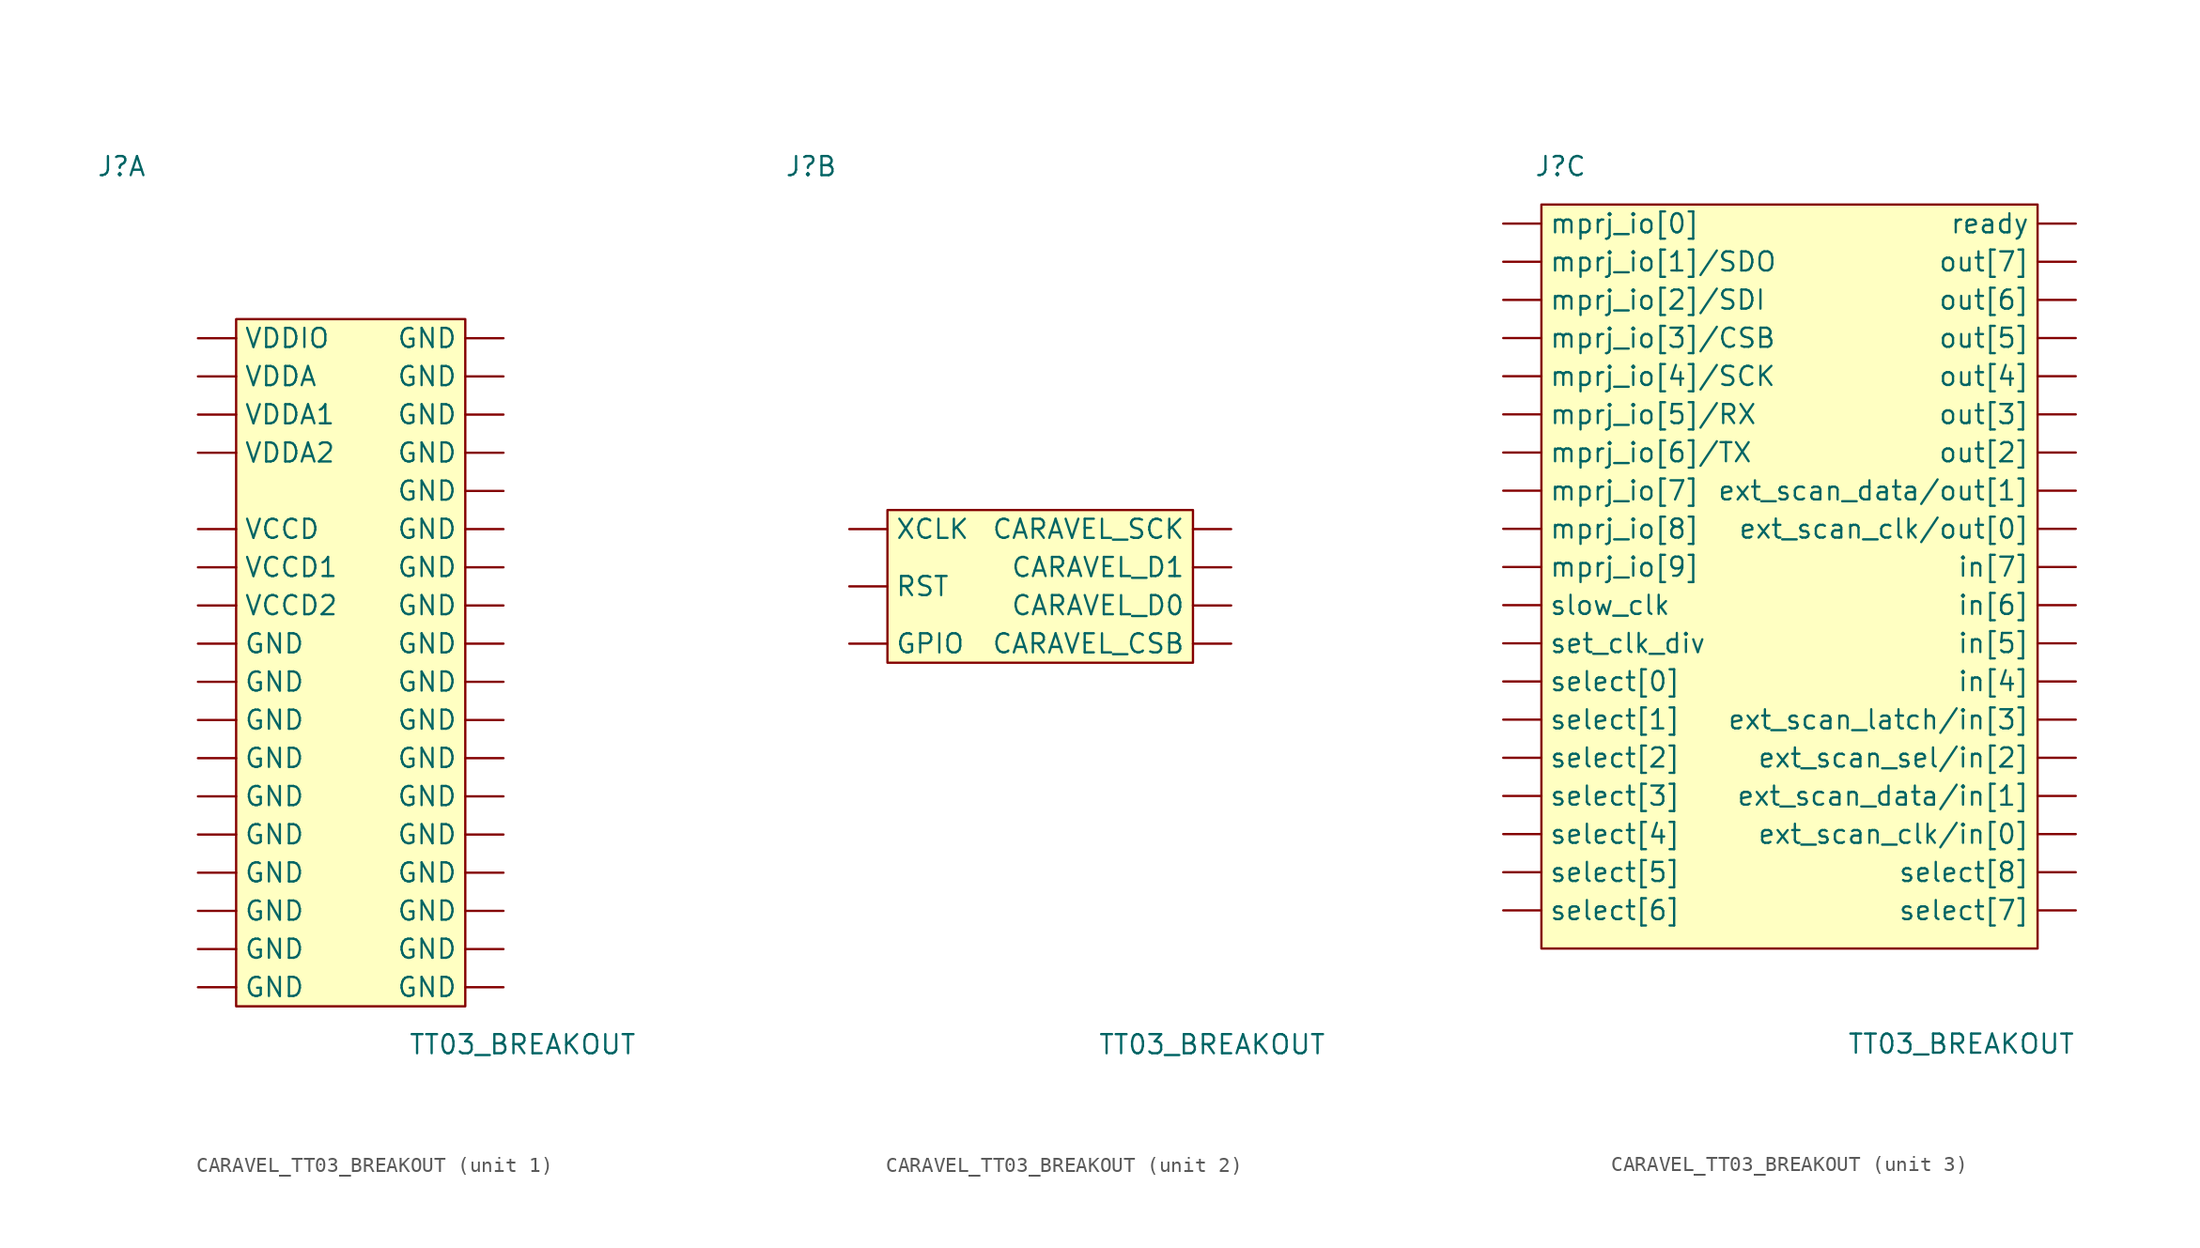
<source format=kicad_sym>
(kicad_symbol_lib
  (version 20231120)
  (generator "kicad_symbol_editor")
  (generator_version "8.0")
  (symbol "CARAVEL_TT03_BREAKOUT"
    (pin_numbers hide)
    (property "Reference" "J"
      (at -16.51 25.4 0)
      (effects (font (size 1.27 1.27))))
    (property "Value" "TT03_BREAKOUT"
      (at 10.16 -33.02 0)
      (effects (font (size 1.27 1.27))))
    (property "ki_locked" ""
      (at 0 0 0)
      (effects (font (size 1.27 1.27))))
    (symbol "CARAVEL_TT03_BREAKOUT_1_1"
      (rectangle (start -8.89 15.24) (end 6.35 -30.48) (stroke (width 0) (type default)) (fill (type background)))
      (pin power_in line (at 8.89 13.97 180) (length 2.54) (name "GND" (effects (font (size 1.27 1.27)))) (number "A1" (effects (font (size 1.27 1.27)))))
      (pin power_in line (at 8.89 1.27 180) (length 2.54) (name "GND" (effects (font (size 1.27 1.27)))) (number "A10" (effects (font (size 1.27 1.27)))))
      (pin power_in line (at 8.89 -1.27 180) (length 2.54) (name "GND" (effects (font (size 1.27 1.27)))) (number "A19" (effects (font (size 1.27 1.27)))))
      (pin power_in line (at -11.43 13.97 0) (length 2.54) (name "VDDIO" (effects (font (size 1.27 1.27)))) (number "A2" (effects (font (size 1.27 1.27)))))
      (pin power_in line (at 8.89 -3.81 180) (length 2.54) (name "GND" (effects (font (size 1.27 1.27)))) (number "A20" (effects (font (size 1.27 1.27)))))
      (pin power_in line (at 8.89 -6.35 180) (length 2.54) (name "GND" (effects (font (size 1.27 1.27)))) (number "A21" (effects (font (size 1.27 1.27)))))
      (pin power_in line (at 8.89 -8.89 180) (length 2.54) (name "GND" (effects (font (size 1.27 1.27)))) (number "A27" (effects (font (size 1.27 1.27)))))
      (pin power_in line (at 8.89 -11.43 180) (length 2.54) (name "GND" (effects (font (size 1.27 1.27)))) (number "A28" (effects (font (size 1.27 1.27)))))
      (pin power_in line (at 8.89 -13.97 180) (length 2.54) (name "GND" (effects (font (size 1.27 1.27)))) (number "A29" (effects (font (size 1.27 1.27)))))
      (pin power_in line (at 8.89 11.43 180) (length 2.54) (name "GND" (effects (font (size 1.27 1.27)))) (number "A3" (effects (font (size 1.27 1.27)))))
      (pin power_in line (at -11.43 11.43 0) (length 2.54) (name "VDDA" (effects (font (size 1.27 1.27)))) (number "A30" (effects (font (size 1.27 1.27)))))
      (pin power_in line (at 8.89 -16.51 180) (length 2.54) (name "GND" (effects (font (size 1.27 1.27)))) (number "A31" (effects (font (size 1.27 1.27)))))
      (pin power_in line (at -11.43 6.35 0) (length 2.54) (name "VDDA2" (effects (font (size 1.27 1.27)))) (number "A32" (effects (font (size 1.27 1.27)))))
      (pin power_in line (at 8.89 -19.05 180) (length 2.54) (name "GND" (effects (font (size 1.27 1.27)))) (number "A33" (effects (font (size 1.27 1.27)))))
      (pin power_in line (at -11.43 1.27 0) (length 2.54) (name "VCCD" (effects (font (size 1.27 1.27)))) (number "A34" (effects (font (size 1.27 1.27)))))
      (pin power_in line (at 8.89 -21.59 180) (length 2.54) (name "GND" (effects (font (size 1.27 1.27)))) (number "A35" (effects (font (size 1.27 1.27)))))
      (pin power_in line (at 8.89 -24.13 180) (length 2.54) (name "GND" (effects (font (size 1.27 1.27)))) (number "A36" (effects (font (size 1.27 1.27)))))
      (pin power_in line (at 8.89 -26.67 180) (length 2.54) (name "GND" (effects (font (size 1.27 1.27)))) (number "A39" (effects (font (size 1.27 1.27)))))
      (pin power_in line (at -11.43 -3.81 0) (length 2.54) (name "VCCD2" (effects (font (size 1.27 1.27)))) (number "A4" (effects (font (size 1.27 1.27)))))
      (pin power_in line (at 8.89 -29.21 180) (length 2.54) (name "GND" (effects (font (size 1.27 1.27)))) (number "A40" (effects (font (size 1.27 1.27)))))
      (pin power_in line (at 8.89 8.89 180) (length 2.54) (name "GND" (effects (font (size 1.27 1.27)))) (number "A5" (effects (font (size 1.27 1.27)))))
      (pin power_in line (at -11.43 8.89 0) (length 2.54) (name "VDDA1" (effects (font (size 1.27 1.27)))) (number "A6" (effects (font (size 1.27 1.27)))))
      (pin power_in line (at 8.89 6.35 180) (length 2.54) (name "GND" (effects (font (size 1.27 1.27)))) (number "A7" (effects (font (size 1.27 1.27)))))
      (pin power_in line (at -11.43 -1.27 0) (length 2.54) (name "VCCD1" (effects (font (size 1.27 1.27)))) (number "A8" (effects (font (size 1.27 1.27)))))
      (pin power_in line (at 8.89 3.81 180) (length 2.54) (name "GND" (effects (font (size 1.27 1.27)))) (number "A9" (effects (font (size 1.27 1.27)))))
      (pin power_in line (at -11.43 -6.35 0) (length 2.54) (name "GND" (effects (font (size 1.27 1.27)))) (number "B1" (effects (font (size 1.27 1.27)))))
      (pin power_in line (at -11.43 -11.43 0) (length 2.54) (name "GND" (effects (font (size 1.27 1.27)))) (number "B11" (effects (font (size 1.27 1.27)))))
      (pin power_in line (at -11.43 -13.97 0) (length 2.54) (name "GND" (effects (font (size 1.27 1.27)))) (number "B12" (effects (font (size 1.27 1.27)))))
      (pin power_in line (at -11.43 -8.89 0) (length 2.54) (name "GND" (effects (font (size 1.27 1.27)))) (number "B2" (effects (font (size 1.27 1.27)))))
      (pin power_in line (at -11.43 -16.51 0) (length 2.54) (name "GND" (effects (font (size 1.27 1.27)))) (number "B21" (effects (font (size 1.27 1.27)))))
      (pin power_in line (at -11.43 -19.05 0) (length 2.54) (name "GND" (effects (font (size 1.27 1.27)))) (number "B22" (effects (font (size 1.27 1.27)))))
      (pin power_in line (at -11.43 -21.59 0) (length 2.54) (name "GND" (effects (font (size 1.27 1.27)))) (number "B31" (effects (font (size 1.27 1.27)))))
      (pin power_in line (at -11.43 -24.13 0) (length 2.54) (name "GND" (effects (font (size 1.27 1.27)))) (number "B32" (effects (font (size 1.27 1.27)))))
      (pin power_in line (at -11.43 -26.67 0) (length 2.54) (name "GND" (effects (font (size 1.27 1.27)))) (number "B39" (effects (font (size 1.27 1.27)))))
      (pin power_in line (at -11.43 -29.21 0) (length 2.54) (name "GND" (effects (font (size 1.27 1.27)))) (number "B40" (effects (font (size 1.27 1.27))))))
    (symbol "CARAVEL_TT03_BREAKOUT_2_1"
      (rectangle (start -11.43 2.54) (end 8.89 -7.62) (stroke (width 0) (type default)) (fill (type background)))
      (pin input line (at -13.97 -6.35 0) (length 2.54) (name "GPIO" (effects (font (size 1.27 1.27)))) (number "A22" (effects (font (size 1.27 1.27)))))
      (pin input line (at 11.43 1.27 180) (length 2.54) (name "CARAVEL_SCK" (effects (font (size 1.27 1.27)))) (number "A23" (effects (font (size 1.27 1.27)))))
      (pin bidirectional line (at 11.43 -1.27 180) (length 2.54) (name "CARAVEL_D1" (effects (font (size 1.27 1.27)))) (number "A24" (effects (font (size 1.27 1.27)))))
      (pin bidirectional line (at 11.43 -3.81 180) (length 2.54) (name "CARAVEL_D0" (effects (font (size 1.27 1.27)))) (number "A25" (effects (font (size 1.27 1.27)))))
      (pin input line (at 11.43 -6.35 180) (length 2.54) (name "CARAVEL_CSB" (effects (font (size 1.27 1.27)))) (number "A26" (effects (font (size 1.27 1.27)))))
      (pin input line (at -13.97 -2.54 0) (length 2.54) (name "RST" (effects (font (size 1.27 1.27)))) (number "A37" (effects (font (size 1.27 1.27)))))
      (pin input line (at -13.97 1.27 0) (length 2.54) (name "XCLK" (effects (font (size 1.27 1.27)))) (number "A38" (effects (font (size 1.27 1.27))))))
    (symbol "CARAVEL_TT03_BREAKOUT_3_1"
      (rectangle (start -17.78 22.86) (end 15.24 -26.67) (stroke (width 0) (type default)) (fill (type background)))
      (pin bidirectional line (at -20.32 3.81 0) (length 2.54) (name "mprj_io[7]" (effects (font (size 1.27 1.27)))) (number "A11" (effects (font (size 1.27 1.27)))))
      (pin bidirectional line (at -20.32 6.35 0) (length 2.54) (name "mprj_io[6]/TX" (effects (font (size 1.27 1.27)))) (number "A12" (effects (font (size 1.27 1.27)))))
      (pin bidirectional line (at -20.32 8.89 0) (length 2.54) (name "mprj_io[5]/RX" (effects (font (size 1.27 1.27)))) (number "A13" (effects (font (size 1.27 1.27)))))
      (pin bidirectional line (at -20.32 11.43 0) (length 2.54) (name "mprj_io[4]/SCK" (effects (font (size 1.27 1.27)))) (number "A14" (effects (font (size 1.27 1.27)))))
      (pin bidirectional line (at -20.32 13.97 0) (length 2.54) (name "mprj_io[3]/CSB" (effects (font (size 1.27 1.27)))) (number "A15" (effects (font (size 1.27 1.27)))))
      (pin bidirectional line (at -20.32 16.51 0) (length 2.54) (name "mprj_io[2]/SDI" (effects (font (size 1.27 1.27)))) (number "A16" (effects (font (size 1.27 1.27)))))
      (pin bidirectional line (at -20.32 19.05 0) (length 2.54) (name "mprj_io[1]/SDO" (effects (font (size 1.27 1.27)))) (number "A17" (effects (font (size 1.27 1.27)))))
      (pin bidirectional line (at -20.32 21.59 0) (length 2.54) (name "mprj_io[0]" (effects (font (size 1.27 1.27)))) (number "A18" (effects (font (size 1.27 1.27)))))
      (pin input line (at -20.32 -13.97 0) (length 2.54) (name "select[2]" (effects (font (size 1.27 1.27)))) (number "B10" (effects (font (size 1.27 1.27)))))
      (pin input line (at -20.32 -21.59 0) (length 2.54) (name "select[5]" (effects (font (size 1.27 1.27)))) (number "B13" (effects (font (size 1.27 1.27)))))
      (pin input line (at -20.32 -19.05 0) (length 2.54) (name "select[4]" (effects (font (size 1.27 1.27)))) (number "B14" (effects (font (size 1.27 1.27)))))
      (pin input line (at 17.78 -24.13 180) (length 2.54) (name "select[7]" (effects (font (size 1.27 1.27)))) (number "B15" (effects (font (size 1.27 1.27)))))
      (pin input line (at -20.32 -24.13 0) (length 2.54) (name "select[6]" (effects (font (size 1.27 1.27)))) (number "B16" (effects (font (size 1.27 1.27)))))
      (pin input line (at 17.78 -19.05 180) (length 2.54) (name "ext_scan_clk/in[0]" (effects (font (size 1.27 1.27)))) (number "B17" (effects (font (size 1.27 1.27)))))
      (pin input line (at 17.78 -21.59 180) (length 2.54) (name "select[8]" (effects (font (size 1.27 1.27)))) (number "B18" (effects (font (size 1.27 1.27)))))
      (pin input line (at 17.78 -13.97 180) (length 2.54) (name "ext_scan_sel/in[2]" (effects (font (size 1.27 1.27)))) (number "B19" (effects (font (size 1.27 1.27)))))
      (pin input line (at 17.78 -16.51 180) (length 2.54) (name "ext_scan_data/in[1]" (effects (font (size 1.27 1.27)))) (number "B20" (effects (font (size 1.27 1.27)))))
      (pin input line (at 17.78 -8.89 180) (length 2.54) (name "in[4]" (effects (font (size 1.27 1.27)))) (number "B23" (effects (font (size 1.27 1.27)))))
      (pin input line (at 17.78 -11.43 180) (length 2.54) (name "ext_scan_latch/in[3]" (effects (font (size 1.27 1.27)))) (number "B24" (effects (font (size 1.27 1.27)))))
      (pin input line (at 17.78 -3.81 180) (length 2.54) (name "in[6]" (effects (font (size 1.27 1.27)))) (number "B25" (effects (font (size 1.27 1.27)))))
      (pin input line (at 17.78 -6.35 180) (length 2.54) (name "in[5]" (effects (font (size 1.27 1.27)))) (number "B26" (effects (font (size 1.27 1.27)))))
      (pin output line (at 17.78 1.27 180) (length 2.54) (name "ext_scan_clk/out[0]" (effects (font (size 1.27 1.27)))) (number "B27" (effects (font (size 1.27 1.27)))))
      (pin input line (at 17.78 -1.27 180) (length 2.54) (name "in[7]" (effects (font (size 1.27 1.27)))) (number "B28" (effects (font (size 1.27 1.27)))))
      (pin output line (at 17.78 6.35 180) (length 2.54) (name "out[2]" (effects (font (size 1.27 1.27)))) (number "B29" (effects (font (size 1.27 1.27)))))
      (pin bidirectional line (at -20.32 -1.27 0) (length 2.54) (name "mprj_io[9]" (effects (font (size 1.27 1.27)))) (number "B3" (effects (font (size 1.27 1.27)))))
      (pin output line (at 17.78 3.81 180) (length 2.54) (name "ext_scan_data/out[1]" (effects (font (size 1.27 1.27)))) (number "B30" (effects (font (size 1.27 1.27)))))
      (pin output line (at 17.78 11.43 180) (length 2.54) (name "out[4]" (effects (font (size 1.27 1.27)))) (number "B33" (effects (font (size 1.27 1.27)))))
      (pin output line (at 17.78 8.89 180) (length 2.54) (name "out[3]" (effects (font (size 1.27 1.27)))) (number "B34" (effects (font (size 1.27 1.27)))))
      (pin output line (at 17.78 16.51 180) (length 2.54) (name "out[6]" (effects (font (size 1.27 1.27)))) (number "B35" (effects (font (size 1.27 1.27)))))
      (pin output line (at 17.78 13.97 180) (length 2.54) (name "out[5]" (effects (font (size 1.27 1.27)))) (number "B36" (effects (font (size 1.27 1.27)))))
      (pin output line (at 17.78 21.59 180) (length 2.54) (name "ready" (effects (font (size 1.27 1.27)))) (number "B37" (effects (font (size 1.27 1.27)))))
      (pin output line (at 17.78 19.05 180) (length 2.54) (name "out[7]" (effects (font (size 1.27 1.27)))) (number "B38" (effects (font (size 1.27 1.27)))))
      (pin bidirectional line (at -20.32 1.27 0) (length 2.54) (name "mprj_io[8]" (effects (font (size 1.27 1.27)))) (number "B4" (effects (font (size 1.27 1.27)))))
      (pin input line (at -20.32 -6.35 0) (length 2.54) (name "set_clk_div" (effects (font (size 1.27 1.27)))) (number "B5" (effects (font (size 1.27 1.27)))))
      (pin output line (at -20.32 -3.81 0) (length 2.54) (name "slow_clk" (effects (font (size 1.27 1.27)))) (number "B6" (effects (font (size 1.27 1.27)))))
      (pin input line (at -20.32 -11.43 0) (length 2.54) (name "select[1]" (effects (font (size 1.27 1.27)))) (number "B7" (effects (font (size 1.27 1.27)))))
      (pin input line (at -20.32 -8.89 0) (length 2.54) (name "select[0]" (effects (font (size 1.27 1.27)))) (number "B8" (effects (font (size 1.27 1.27)))))
      (pin input line (at -20.32 -16.51 0) (length 2.54) (name "select[3]" (effects (font (size 1.27 1.27)))) (number "B9" (effects (font (size 1.27 1.27))))))))
</source>
